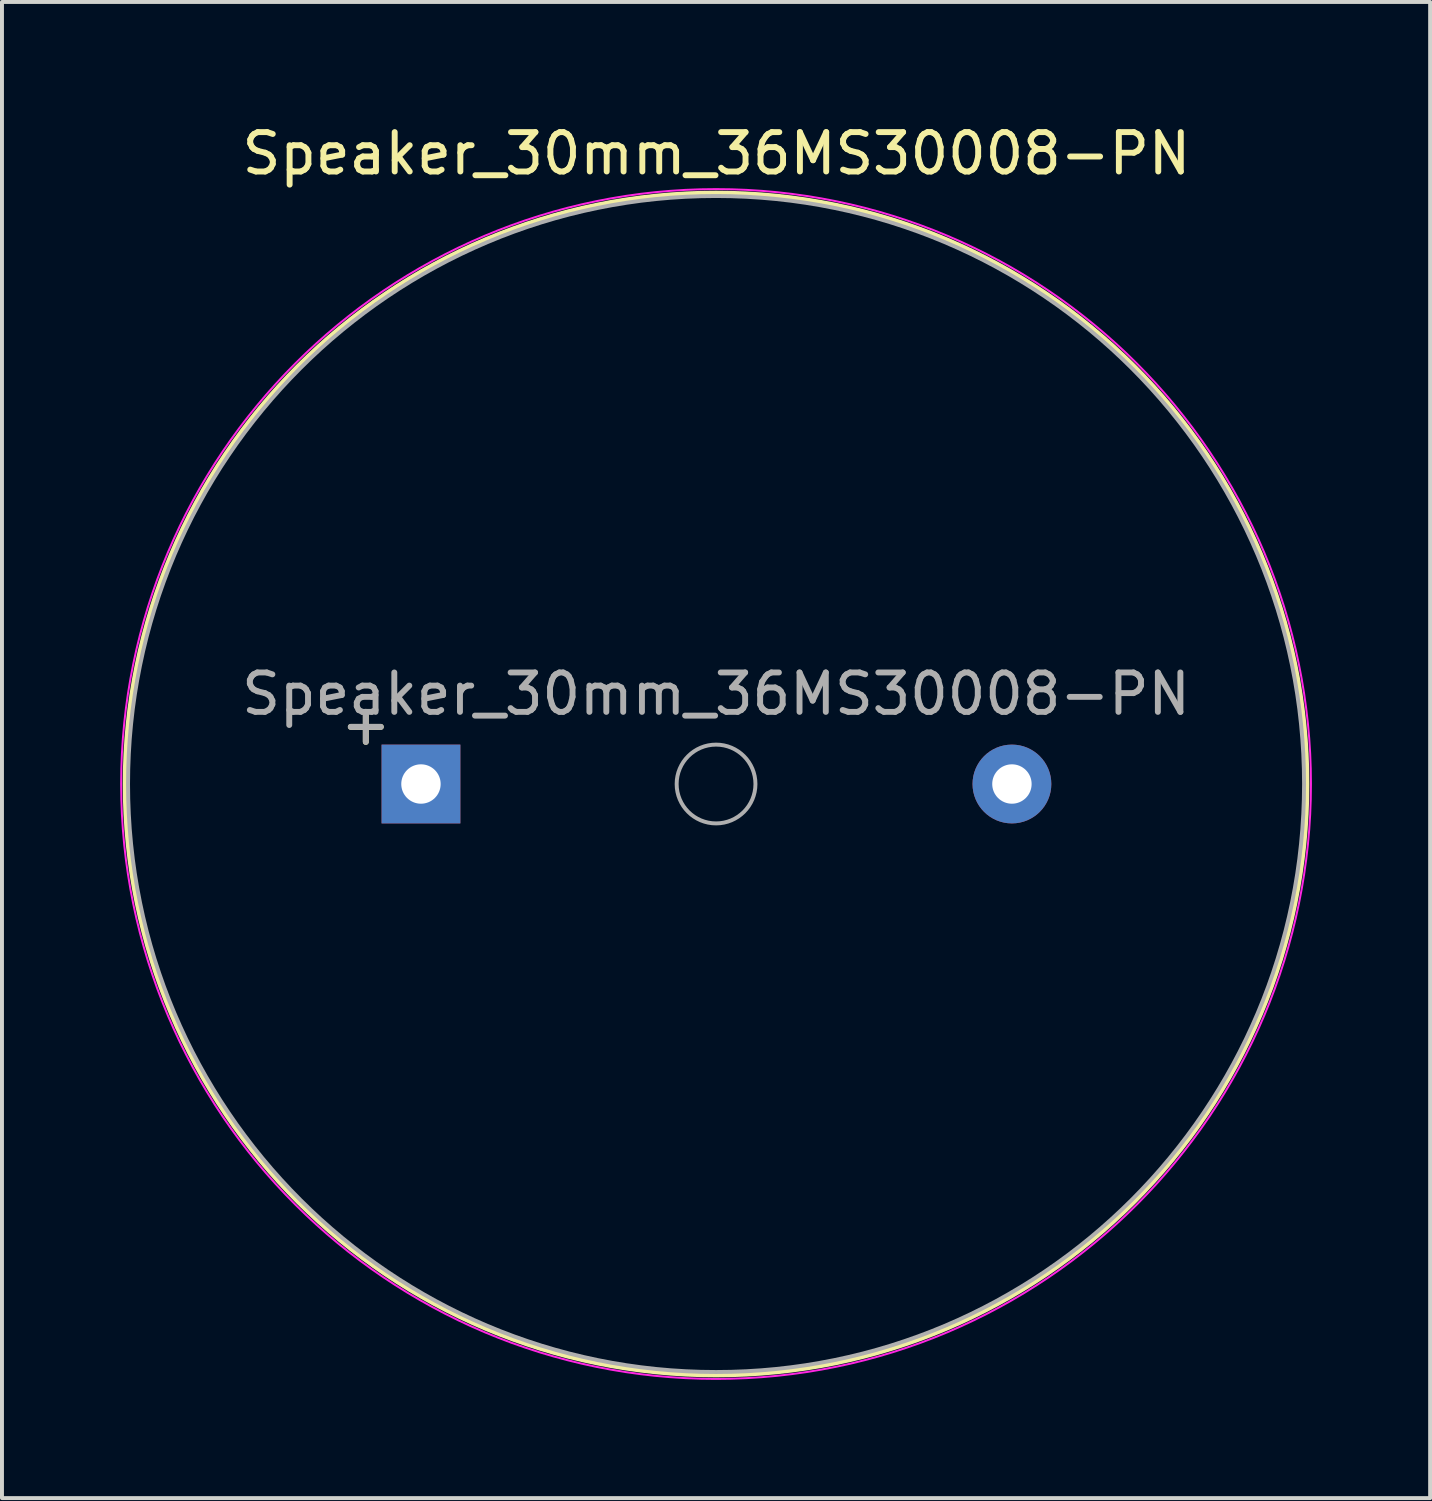
<source format=kicad_pcb>
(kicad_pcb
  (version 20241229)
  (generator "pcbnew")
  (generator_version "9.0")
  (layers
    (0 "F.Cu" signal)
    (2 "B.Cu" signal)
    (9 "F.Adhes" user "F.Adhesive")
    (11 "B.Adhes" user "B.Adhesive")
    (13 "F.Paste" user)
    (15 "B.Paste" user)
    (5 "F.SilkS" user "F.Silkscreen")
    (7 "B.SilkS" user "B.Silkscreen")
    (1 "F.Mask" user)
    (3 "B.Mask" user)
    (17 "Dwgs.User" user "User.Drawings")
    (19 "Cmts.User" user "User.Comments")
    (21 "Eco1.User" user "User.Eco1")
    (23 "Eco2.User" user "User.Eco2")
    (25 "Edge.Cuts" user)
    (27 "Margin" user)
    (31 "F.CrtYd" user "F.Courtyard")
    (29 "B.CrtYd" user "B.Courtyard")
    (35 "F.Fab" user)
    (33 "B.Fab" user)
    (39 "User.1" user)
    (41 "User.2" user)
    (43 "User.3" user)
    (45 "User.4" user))
  (footprint "Speaker_30mm_36MS30008-PN"
    (layer "F.Cu")
    (at 11.325 16.85)
    (property "Reference" "Speaker_30mm_36MS30008-PN" (at 3.81 -16.002 0) (layer "F.SilkS") (effects (font (size 1 1) (thickness 0.15))))
    (attr through_hole)
    (fp_circle (center 3.8 0) (end 18.8 0) (stroke (width 0.12) (type solid)) (fill no) (layer "F.SilkS"))
    (fp_circle (center 3.8 0) (end 18.9 0) (stroke (width 0.05) (type solid)) (fill no) (layer "F.CrtYd"))
    (fp_circle (center 3.8 0) (end 4.8 0) (stroke (width 0.1) (type solid)) (fill no) (layer "F.Fab"))
    (fp_circle (center 3.8 0) (end 18.725 0) (stroke (width 0.1) (type solid)) (fill no) (layer "F.Fab"))
    (fp_text user "+" (at -5.09 -1.524 0) (layer "F.SilkS") (effects (font (size 1 1) (thickness 0.15))))
    (fp_text user "${REFERENCE}" (at 3.8 -2.286 0) (layer "F.Fab") (effects (font (size 1 1) (thickness 0.15))))
    (fp_text user "+" (at -5.09 -1.524 0) (layer "F.Fab") (effects (font (size 1 1) (thickness 0.15))))
    (pad "1" thru_hole rect (at -3.69 0) (size 2 2) (drill 1) (layers "*.Cu" "*.Mask"))
    (pad "2" thru_hole circle (at 11.31 0) (size 2 2) (drill 1) (layers "*.Cu" "*.Mask")))
  (gr_rect
    (start -3 -3)
    (end 33.25 34.975)
    (stroke (width 0.1) (type default))
    (fill no)
    (layer "Edge.Cuts")))
</source>
